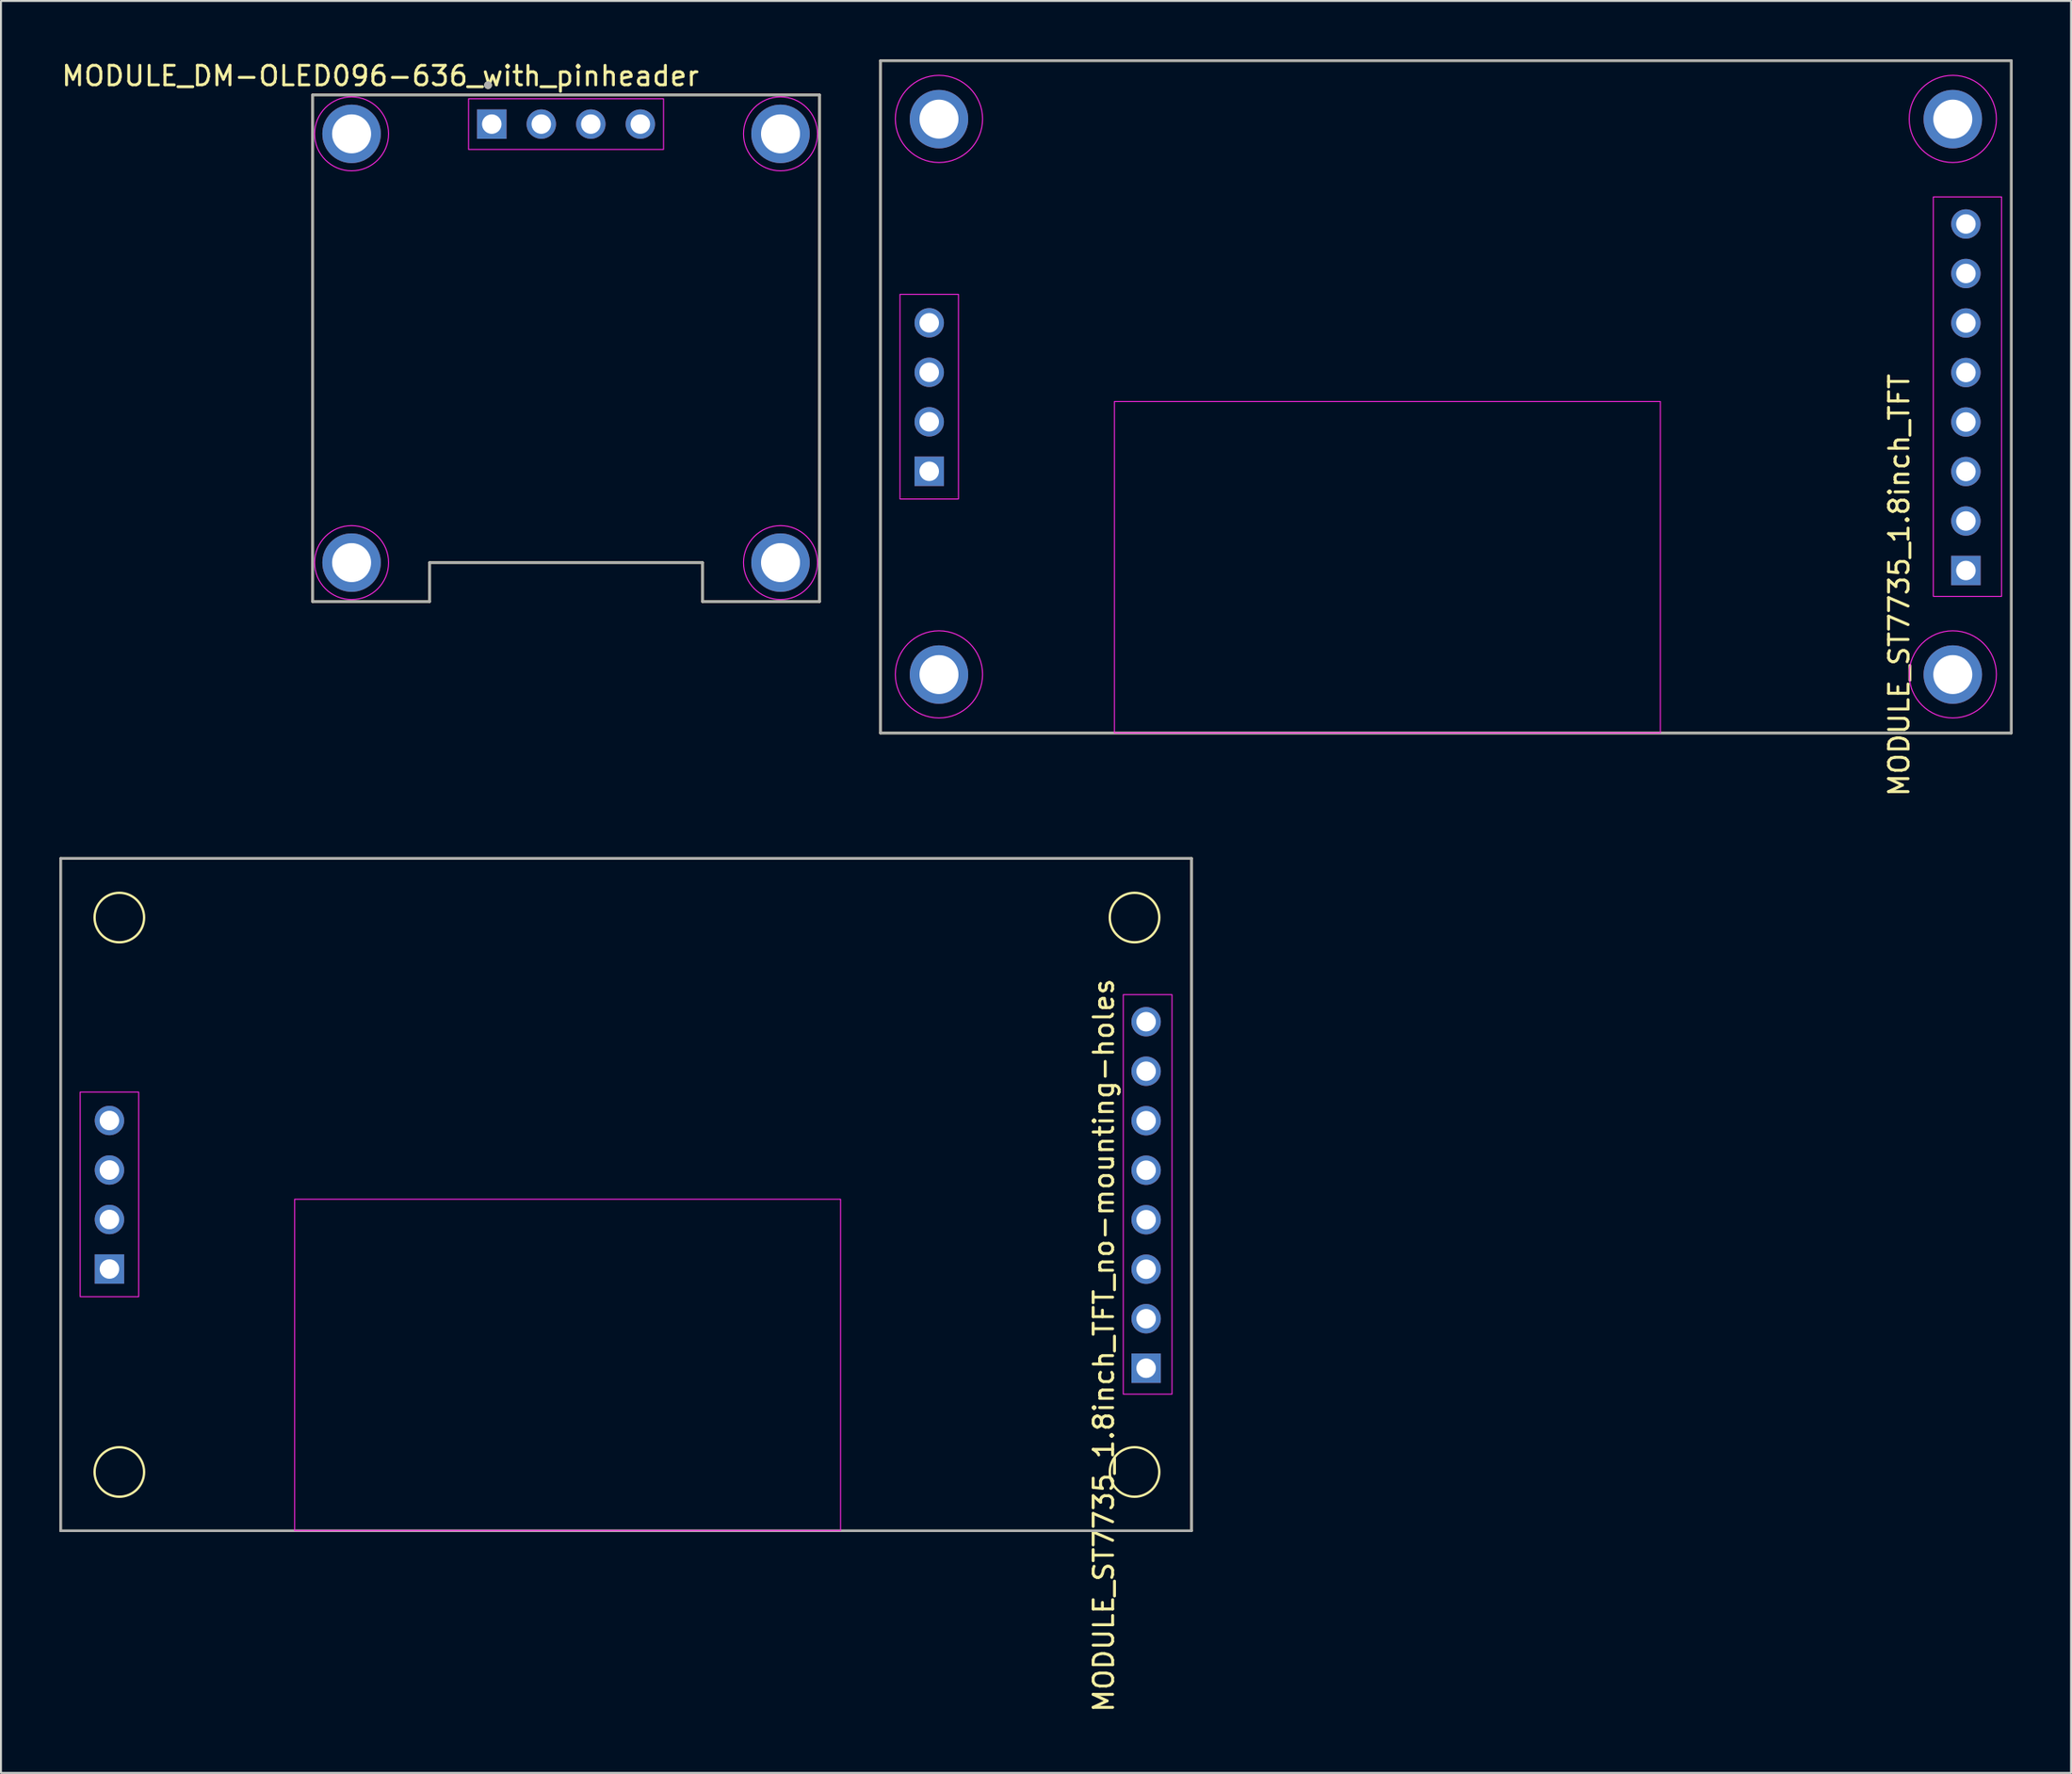
<source format=kicad_pcb>
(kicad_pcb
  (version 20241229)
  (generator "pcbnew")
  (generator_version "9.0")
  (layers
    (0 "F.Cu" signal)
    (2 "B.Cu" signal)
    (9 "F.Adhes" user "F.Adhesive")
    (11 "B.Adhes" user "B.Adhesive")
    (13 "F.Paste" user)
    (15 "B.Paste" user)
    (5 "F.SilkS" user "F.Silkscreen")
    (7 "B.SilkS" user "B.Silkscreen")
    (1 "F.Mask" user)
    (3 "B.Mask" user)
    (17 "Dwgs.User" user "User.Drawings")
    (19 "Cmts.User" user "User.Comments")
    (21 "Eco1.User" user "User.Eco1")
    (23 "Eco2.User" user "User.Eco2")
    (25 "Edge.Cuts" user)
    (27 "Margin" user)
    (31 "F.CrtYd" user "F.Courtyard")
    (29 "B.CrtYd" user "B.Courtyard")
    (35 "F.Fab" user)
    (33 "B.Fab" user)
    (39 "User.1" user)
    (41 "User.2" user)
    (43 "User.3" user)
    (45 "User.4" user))
  (footprint "MODULE_ST7735_1.8inch_TFT"
    (layer "F.Cu")
    (at 44.61 16.053)
    (property "Reference" "MODULE_ST7735_1.8inch_TFT" (at 49.75 10.92 90) (layer "F.SilkS") (effects (font (size 1 1) (thickness 0.15))))
    (attr through_hole exclude_from_bom)
    (fp_line (start -2.5 -15.99) (end 55.5 -15.99) (stroke (width 0.127) (type solid)) (layer "F.SilkS"))
    (fp_line (start -2.5 18.51) (end -2.5 -15.99) (stroke (width 0.127) (type solid)) (layer "F.SilkS"))
    (fp_line (start 55.5 -15.99) (end 55.5 18.51) (stroke (width 0.127) (type solid)) (layer "F.SilkS"))
    (fp_line (start 55.5 18.51) (end -2.5 18.51) (stroke (width 0.127) (type solid)) (layer "F.SilkS"))
    (fp_rect (start -1.5 -4) (end 1.5 6.5) (stroke (width 0.05) (type solid)) (fill no) (layer "F.CrtYd"))
    (fp_rect (start 9.5 1.5) (end 37.5 18.5) (stroke (width 0.05) (type default)) (fill no) (layer "F.CrtYd"))
    (fp_rect (start 51.5 -9) (end 55 11.5) (stroke (width 0.05) (type solid)) (fill no) (layer "F.CrtYd"))
    (fp_circle (center 0.5 -13) (end 1.5 -11) (stroke (width 0.05) (type solid)) (fill no) (layer "F.CrtYd"))
    (fp_circle (center 0.5 15.5) (end 1.5 17.5) (stroke (width 0.05) (type solid)) (fill no) (layer "F.CrtYd"))
    (fp_circle (center 52.5 -13) (end 53.5 -11) (stroke (width 0.05) (type solid)) (fill no) (layer "F.CrtYd"))
    (fp_circle (center 52.5 15.5) (end 53.5 17.5) (stroke (width 0.05) (type solid)) (fill no) (layer "F.CrtYd"))
    (fp_line (start -2.5 -15.99) (end 55.5 -15.99) (stroke (width 0.127) (type solid)) (layer "F.Fab"))
    (fp_line (start -2.5 18.51) (end -2.5 -15.99) (stroke (width 0.127) (type solid)) (layer "F.Fab"))
    (fp_line (start 55.5 -15.99) (end 55.5 18.51) (stroke (width 0.127) (type solid)) (layer "F.Fab"))
    (fp_line (start 55.5 18.51) (end -2.5 18.51) (stroke (width 0.127) (type solid)) (layer "F.Fab"))
    (pad "" np_thru_hole circle (at 0.5 -12.99) (size 3 3) (drill 2) (layers "*.Cu" "*.Mask"))
    (pad "" np_thru_hole circle (at 0.5 15.51) (size 3 3) (drill 2) (layers "*.Cu" "*.Mask"))
    (pad "" np_thru_hole circle (at 52.5 -12.99) (size 3 3) (drill 2) (layers "*.Cu" "*.Mask"))
    (pad "" np_thru_hole circle (at 52.5 15.51) (size 3 3) (drill 2) (layers "*.Cu" "*.Mask"))
    (pad "1" thru_hole rect (at 53.172 10.17 270) (size 1.508 1.508) (drill 1) (layers "*.Cu" "*.Mask"))
    (pad "2" thru_hole circle (at 53.172 7.63 270) (size 1.508 1.508) (drill 1) (layers "*.Cu" "*.Mask"))
    (pad "3" thru_hole circle (at 53.172 5.09 270) (size 1.508 1.508) (drill 1) (layers "*.Cu" "*.Mask"))
    (pad "4" thru_hole circle (at 53.172 2.55 270) (size 1.508 1.508) (drill 1) (layers "*.Cu" "*.Mask"))
    (pad "5" thru_hole circle (at 53.172 0.01 270) (size 1.508 1.508) (drill 1) (layers "*.Cu" "*.Mask"))
    (pad "6" thru_hole circle (at 53.172 -2.53 270) (size 1.508 1.508) (drill 1) (layers "*.Cu" "*.Mask"))
    (pad "7" thru_hole circle (at 53.172 -5.07 270) (size 1.508 1.508) (drill 1) (layers "*.Cu" "*.Mask"))
    (pad "8" thru_hole circle (at 53.172 -7.61 270) (size 1.508 1.508) (drill 1) (layers "*.Cu" "*.Mask"))
    (pad "9" thru_hole rect (at 0 5.08 270) (size 1.508 1.508) (drill 1) (layers "*.Cu" "*.Mask"))
    (pad "10" thru_hole circle (at 0 2.54 270) (size 1.508 1.508) (drill 1) (layers "*.Cu" "*.Mask"))
    (pad "11" thru_hole circle (at 0 0 270) (size 1.508 1.508) (drill 1) (layers "*.Cu" "*.Mask"))
    (pad "12" thru_hole circle (at 0 -2.54 270) (size 1.508 1.508) (drill 1) (layers "*.Cu" "*.Mask")))
  (footprint "MODULE_ST7735_1.8inch_TFT_no-mounting-holes"
    (layer "F.Cu")
    (at 2.563 56.985)
    (property "Reference" "MODULE_ST7735_1.8inch_TFT_no-mounting-holes" (at 51 9 90) (layer "F.SilkS") (effects (font (size 1 1) (thickness 0.15))))
    (attr through_hole exclude_from_bom)
    (fp_line (start -2.5 -15.99) (end 55.5 -15.99) (stroke (width 0.127) (type solid)) (layer "F.SilkS"))
    (fp_line (start -2.5 18.51) (end -2.5 -15.99) (stroke (width 0.127) (type solid)) (layer "F.SilkS"))
    (fp_line (start 55.5 -15.99) (end 55.5 18.51) (stroke (width 0.127) (type solid)) (layer "F.SilkS"))
    (fp_line (start 55.5 18.51) (end -2.5 18.51) (stroke (width 0.127) (type solid)) (layer "F.SilkS"))
    (fp_circle (center 0.508 -12.954) (end 1.778 -12.954) (stroke (width 0.12) (type solid)) (fill no) (layer "F.SilkS"))
    (fp_circle (center 0.508 15.494) (end 1.778 15.494) (stroke (width 0.12) (type solid)) (fill no) (layer "F.SilkS"))
    (fp_circle (center 52.578 -12.954) (end 53.848 -12.954) (stroke (width 0.12) (type solid)) (fill no) (layer "F.SilkS"))
    (fp_circle (center 52.578 15.494) (end 53.848 15.494) (stroke (width 0.12) (type solid)) (fill no) (layer "F.SilkS"))
    (fp_rect (start -1.5 -4) (end 1.5 6.5) (stroke (width 0.05) (type solid)) (fill no) (layer "F.CrtYd"))
    (fp_rect (start 9.5 1.5) (end 37.5 18.5) (stroke (width 0.05) (type default)) (fill no) (layer "F.CrtYd"))
    (fp_rect (start 52 -9) (end 54.5 11.5) (stroke (width 0.05) (type solid)) (fill no) (layer "F.CrtYd"))
    (fp_line (start -2.5 -15.99) (end 55.5 -15.99) (stroke (width 0.127) (type solid)) (layer "F.Fab"))
    (fp_line (start -2.5 18.51) (end -2.5 -15.99) (stroke (width 0.127) (type solid)) (layer "F.Fab"))
    (fp_line (start 55.5 -15.99) (end 55.5 18.51) (stroke (width 0.127) (type solid)) (layer "F.Fab"))
    (fp_line (start 55.5 18.51) (end -2.5 18.51) (stroke (width 0.127) (type solid)) (layer "F.Fab"))
    (pad "1" thru_hole rect (at 53.172 10.17 270) (size 1.508 1.508) (drill 1) (layers "*.Cu" "*.Mask"))
    (pad "2" thru_hole circle (at 53.172 7.63 270) (size 1.508 1.508) (drill 1) (layers "*.Cu" "*.Mask"))
    (pad "3" thru_hole circle (at 53.172 5.09 270) (size 1.508 1.508) (drill 1) (layers "*.Cu" "*.Mask"))
    (pad "4" thru_hole circle (at 53.172 2.55 270) (size 1.508 1.508) (drill 1) (layers "*.Cu" "*.Mask"))
    (pad "5" thru_hole circle (at 53.172 0.01 270) (size 1.508 1.508) (drill 1) (layers "*.Cu" "*.Mask"))
    (pad "6" thru_hole circle (at 53.172 -2.53 270) (size 1.508 1.508) (drill 1) (layers "*.Cu" "*.Mask"))
    (pad "7" thru_hole circle (at 53.172 -5.07 270) (size 1.508 1.508) (drill 1) (layers "*.Cu" "*.Mask"))
    (pad "8" thru_hole circle (at 53.172 -7.61 270) (size 1.508 1.508) (drill 1) (layers "*.Cu" "*.Mask"))
    (pad "9" thru_hole rect (at 0 5.08 270) (size 1.508 1.508) (drill 1) (layers "*.Cu" "*.Mask"))
    (pad "10" thru_hole circle (at 0 2.54 270) (size 1.508 1.508) (drill 1) (layers "*.Cu" "*.Mask"))
    (pad "11" thru_hole circle (at 0 0 270) (size 1.508 1.508) (drill 1) (layers "*.Cu" "*.Mask"))
    (pad "12" thru_hole circle (at 0 -2.54 270) (size 1.508 1.508) (drill 1) (layers "*.Cu" "*.Mask")))
  (footprint "MODULE_DM-OLED096-636_with_pinheader"
    (layer "F.Cu")
    (at 25.983 14.818)
    (property "Reference" "MODULE_DM-OLED096-636_with_pinheader" (at -9.525 -13.97 0) (layer "F.SilkS") (effects (font (size 1 1) (thickness 0.15))))
    (attr through_hole)
    (fp_line (start -13 -13) (end 13 -13) (stroke (width 0.127) (type solid)) (layer "F.SilkS"))
    (fp_line (start -13 13) (end -13 -13) (stroke (width 0.127) (type solid)) (layer "F.SilkS"))
    (fp_line (start -7 11) (end -7 13) (stroke (width 0.127) (type solid)) (layer "F.SilkS"))
    (fp_line (start -7 13) (end -13 13) (stroke (width 0.127) (type solid)) (layer "F.SilkS"))
    (fp_line (start 7 11) (end -7 11) (stroke (width 0.127) (type solid)) (layer "F.SilkS"))
    (fp_line (start 7 13) (end 7 11) (stroke (width 0.127) (type solid)) (layer "F.SilkS"))
    (fp_line (start 13 -13) (end 13 13) (stroke (width 0.127) (type solid)) (layer "F.SilkS"))
    (fp_line (start 13 13) (end 7 13) (stroke (width 0.127) (type solid)) (layer "F.SilkS"))
    (fp_circle (center -4 -13.5) (end -3.9 -13.5) (stroke (width 0.2) (type solid)) (fill no) (layer "F.SilkS"))
    (fp_rect (start -5 -10.2) (end 5 -12.8) (stroke (width 0.05) (type solid)) (fill no) (layer "F.CrtYd"))
    (fp_circle (center -11 -11) (end -10.4 -12.8) (stroke (width 0.05) (type solid)) (fill no) (layer "F.CrtYd"))
    (fp_circle (center -11 11) (end -10.4 9.2) (stroke (width 0.05) (type solid)) (fill no) (layer "F.CrtYd"))
    (fp_circle (center 11 -11) (end 11.6 -12.8) (stroke (width 0.05) (type solid)) (fill no) (layer "F.CrtYd"))
    (fp_circle (center 11 11) (end 11.6 9.2) (stroke (width 0.05) (type solid)) (fill no) (layer "F.CrtYd"))
    (fp_line (start -13 -13) (end 13 -13) (stroke (width 0.127) (type solid)) (layer "F.Fab"))
    (fp_line (start -13 13) (end -13 -13) (stroke (width 0.127) (type solid)) (layer "F.Fab"))
    (fp_line (start -7 11) (end 7 11) (stroke (width 0.127) (type solid)) (layer "F.Fab"))
    (fp_line (start -7 13) (end -13 13) (stroke (width 0.127) (type solid)) (layer "F.Fab"))
    (fp_line (start -7 13) (end -7 11) (stroke (width 0.127) (type solid)) (layer "F.Fab"))
    (fp_line (start 7 11) (end 7 13) (stroke (width 0.127) (type solid)) (layer "F.Fab"))
    (fp_line (start 13 -13) (end 13 13) (stroke (width 0.127) (type solid)) (layer "F.Fab"))
    (fp_line (start 13 13) (end 7 13) (stroke (width 0.127) (type solid)) (layer "F.Fab"))
    (fp_circle (center -4 -13.5) (end -3.9 -13.5) (stroke (width 0.2) (type solid)) (fill no) (layer "F.Fab"))
    (pad "" np_thru_hole circle (at -11 -11) (size 3 3) (drill 2) (layers "*.Cu" "*.Mask"))
    (pad "" np_thru_hole circle (at -11 11) (size 3 3) (drill 2) (layers "*.Cu" "*.Mask"))
    (pad "" np_thru_hole circle (at 11 -11) (size 3 3) (drill 2) (layers "*.Cu" "*.Mask"))
    (pad "" np_thru_hole circle (at 11 11) (size 3 3) (drill 2) (layers "*.Cu" "*.Mask"))
    (pad "1" thru_hole rect (at -3.81 -11.5) (size 1.508 1.508) (drill 1) (layers "*.Cu" "*.Mask"))
    (pad "2" thru_hole circle (at -1.27 -11.5) (size 1.508 1.508) (drill 1) (layers "*.Cu" "*.Mask"))
    (pad "3" thru_hole circle (at 1.27 -11.5) (size 1.508 1.508) (drill 1) (layers "*.Cu" "*.Mask"))
    (pad "4" thru_hole circle (at 3.81 -11.5) (size 1.508 1.508) (drill 1) (layers "*.Cu" "*.Mask")))
  (gr_rect
    (start -3 -3)
    (end 103.174 87.92)
    (stroke (width 0.1) (type default))
    (fill no)
    (layer "Edge.Cuts")))
</source>
